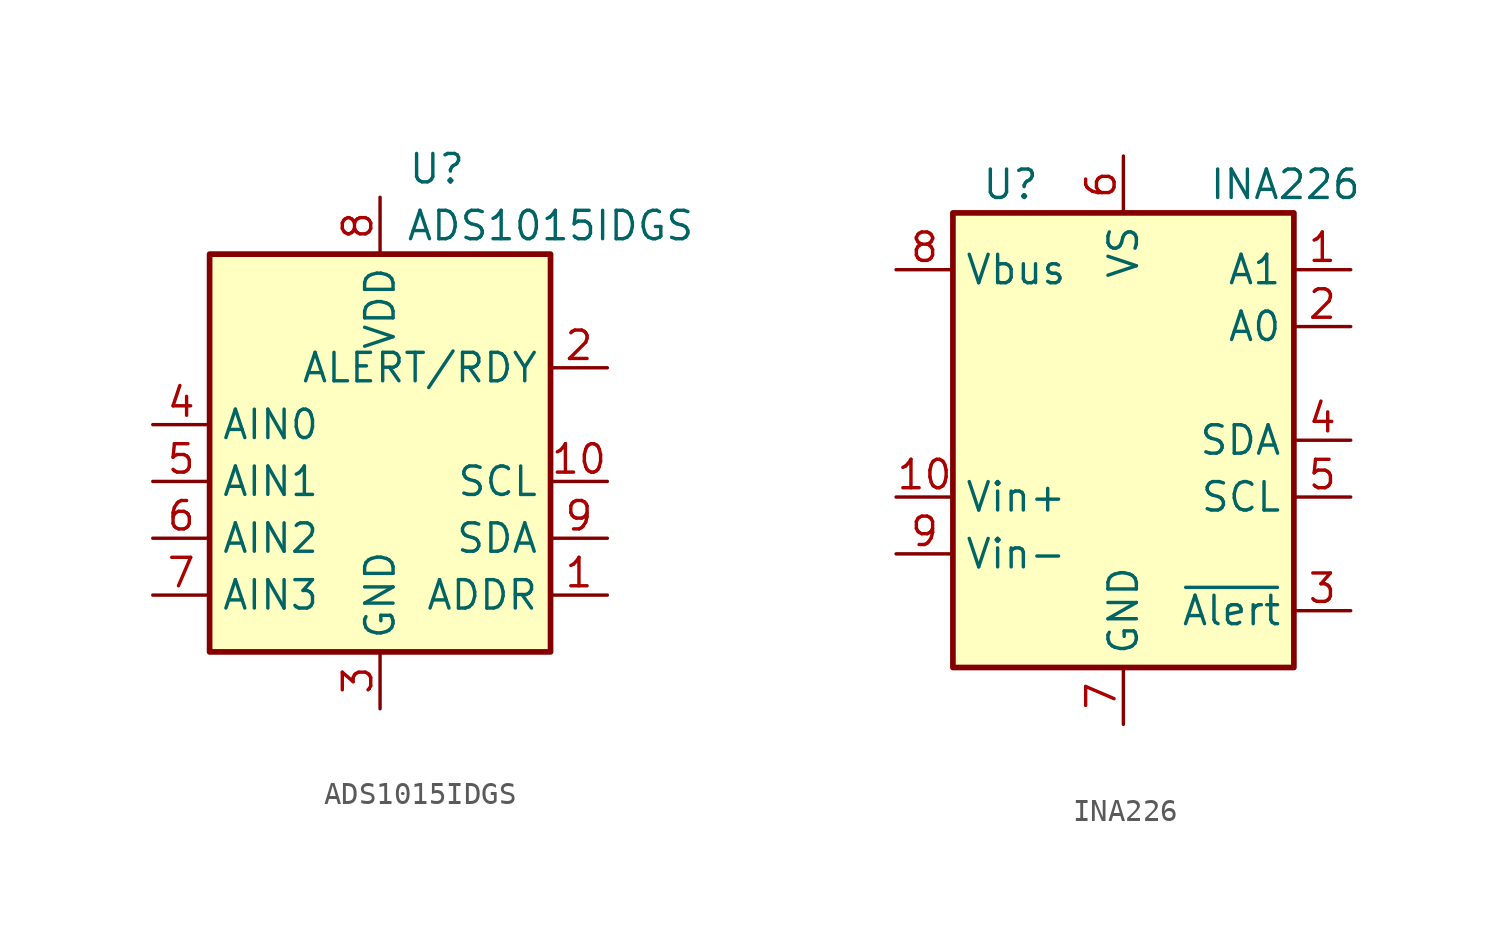
<source format=kicad_sym>
(kicad_symbol_lib
  (version 20241209)
  (generator "kicad_symbol_editor")
  (generator_version "9.0")
  (symbol "ADS1015IDGS"
    (property "Reference" "U"
      (at 2.54 13.97 0)
      (effects (font (size 1.27 1.27))))
    (property "Value" "ADS1015IDGS"
      (at 7.62 11.43 0)
      (effects (font (size 1.27 1.27))))
    (symbol "ADS1015IDGS_0_1"
      (rectangle (start -7.62 10.16) (end 7.62 -7.62) (stroke (width 0.254) (type default)) (fill (type background))))
    (symbol "ADS1015IDGS_1_1"
      (pin input line (at -10.16 2.54 0) (length 2.54) (name "AIN0" (effects (font (size 1.27 1.27)))) (number "4" (effects (font (size 1.27 1.27)))))
      (pin input line (at -10.16 0 0) (length 2.54) (name "AIN1" (effects (font (size 1.27 1.27)))) (number "5" (effects (font (size 1.27 1.27)))))
      (pin input line (at -10.16 -2.54 0) (length 2.54) (name "AIN2" (effects (font (size 1.27 1.27)))) (number "6" (effects (font (size 1.27 1.27)))))
      (pin input line (at -10.16 -5.08 0) (length 2.54) (name "AIN3" (effects (font (size 1.27 1.27)))) (number "7" (effects (font (size 1.27 1.27)))))
      (pin power_in line (at 0 12.7 270) (length 2.54) (name "VDD" (effects (font (size 1.27 1.27)))) (number "8" (effects (font (size 1.27 1.27)))))
      (pin power_in line (at 0 -10.16 90) (length 2.54) (name "GND" (effects (font (size 1.27 1.27)))) (number "3" (effects (font (size 1.27 1.27)))))
      (pin output line (at 10.16 5.08 180) (length 2.54) (name "ALERT/RDY" (effects (font (size 1.27 1.27)))) (number "2" (effects (font (size 1.27 1.27)))))
      (pin input line (at 10.16 0 180) (length 2.54) (name "SCL" (effects (font (size 1.27 1.27)))) (number "10" (effects (font (size 1.27 1.27)))))
      (pin bidirectional line (at 10.16 -2.54 180) (length 2.54) (name "SDA" (effects (font (size 1.27 1.27)))) (number "9" (effects (font (size 1.27 1.27)))))
      (pin input line (at 10.16 -5.08 180) (length 2.54) (name "ADDR" (effects (font (size 1.27 1.27)))) (number "1" (effects (font (size 1.27 1.27)))))))
  (symbol "INA226"
    (property "Reference" "U"
      (at -6.35 11.43 0)
      (effects (font (size 1.27 1.27)) (justify left)))
    (property "Value" "INA226"
      (at 3.81 11.43 0)
      (effects (font (size 1.27 1.27)) (justify left)))
    (symbol "INA226_0_1"
      (rectangle (start 7.62 10.16) (end -7.62 -10.16) (stroke (width 0.254) (type default)) (fill (type background))))
    (symbol "INA226_1_1"
      (pin input line (at -10.16 7.62 0) (length 2.54) (name "Vbus" (effects (font (size 1.27 1.27)))) (number "8" (effects (font (size 1.27 1.27)))))
      (pin input line (at -10.16 -2.54 0) (length 2.54) (name "Vin+" (effects (font (size 1.27 1.27)))) (number "10" (effects (font (size 1.27 1.27)))))
      (pin input line (at -10.16 -5.08 0) (length 2.54) (name "Vin-" (effects (font (size 1.27 1.27)))) (number "9" (effects (font (size 1.27 1.27)))))
      (pin power_in line (at 0 12.7 270) (length 2.54) (name "VS" (effects (font (size 1.27 1.27)))) (number "6" (effects (font (size 1.27 1.27)))))
      (pin power_in line (at 0 -12.7 90) (length 2.54) (name "GND" (effects (font (size 1.27 1.27)))) (number "7" (effects (font (size 1.27 1.27)))))
      (pin input line (at 10.16 7.62 180) (length 2.54) (name "A1" (effects (font (size 1.27 1.27)))) (number "1" (effects (font (size 1.27 1.27)))))
      (pin input line (at 10.16 5.08 180) (length 2.54) (name "A0" (effects (font (size 1.27 1.27)))) (number "2" (effects (font (size 1.27 1.27)))))
      (pin bidirectional line (at 10.16 0 180) (length 2.54) (name "SDA" (effects (font (size 1.27 1.27)))) (number "4" (effects (font (size 1.27 1.27)))))
      (pin input line (at 10.16 -2.54 180) (length 2.54) (name "SCL" (effects (font (size 1.27 1.27)))) (number "5" (effects (font (size 1.27 1.27)))))
      (pin open_collector line (at 10.16 -7.62 180) (length 2.54) (name "~{Alert}" (effects (font (size 1.27 1.27)))) (number "3" (effects (font (size 1.27 1.27))))))))
</source>
